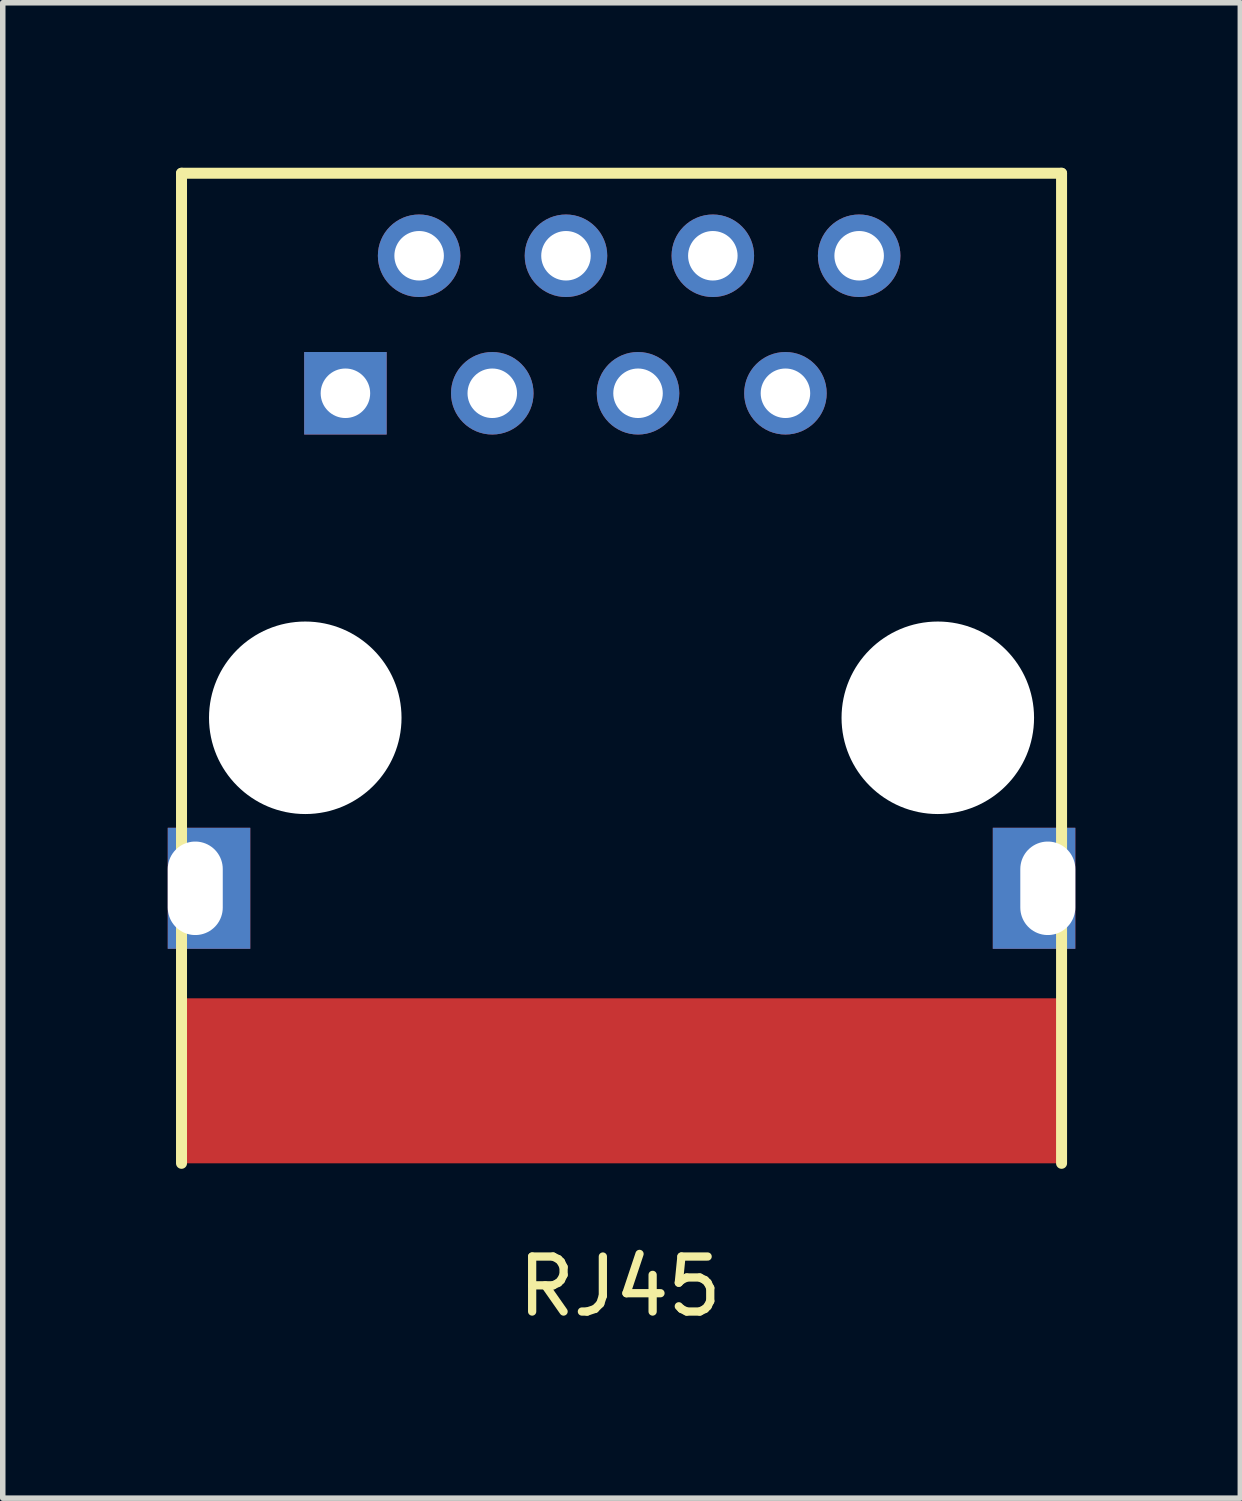
<source format=kicad_pcb>
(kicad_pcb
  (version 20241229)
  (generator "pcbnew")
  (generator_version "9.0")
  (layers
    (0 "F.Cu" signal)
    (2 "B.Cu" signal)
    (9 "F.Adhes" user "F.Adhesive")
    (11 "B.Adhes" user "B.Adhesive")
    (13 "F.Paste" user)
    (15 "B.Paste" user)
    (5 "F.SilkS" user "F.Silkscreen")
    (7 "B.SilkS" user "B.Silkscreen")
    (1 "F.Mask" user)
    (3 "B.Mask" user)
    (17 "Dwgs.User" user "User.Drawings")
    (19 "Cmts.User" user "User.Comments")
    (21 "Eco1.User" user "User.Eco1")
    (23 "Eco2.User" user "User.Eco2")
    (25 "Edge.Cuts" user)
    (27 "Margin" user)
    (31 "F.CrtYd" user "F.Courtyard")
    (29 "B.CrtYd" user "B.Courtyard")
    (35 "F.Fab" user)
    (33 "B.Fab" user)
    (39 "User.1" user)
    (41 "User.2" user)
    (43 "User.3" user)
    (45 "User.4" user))
  (footprint "RJ45"
    (layer "F.Cu")
    (at 8.25 9.1)
    (property "Reference" "RJ45" (at -0.03 11.24 0) (layer "F.SilkS") (effects (font (size 1 1) (thickness 0.15))))
    (attr through_hole)
    (fp_line (start -8 -9) (end -8 9) (stroke (width 0.2) (type solid)) (layer "F.SilkS"))
    (fp_line (start 8 -9) (end -8 -9) (stroke (width 0.2) (type solid)) (layer "F.SilkS"))
    (fp_line (start 8 9) (end 8 -9) (stroke (width 0.2) (type solid)) (layer "F.SilkS"))
    (pad "" np_thru_hole circle (at -5.75 0.9) (size 3.5 3.5) (drill 3.5) (layers "*.Cu" "*.Mask"))
    (pad "" np_thru_hole circle (at 5.75 0.9) (size 3.5 3.5) (drill 3.5) (layers "*.Cu" "*.Mask"))
    (pad "1" thru_hole rect (at -5.02 -5) (size 1.5 1.5) (drill 0.9) (layers "*.Cu" "*.Mask"))
    (pad "2" thru_hole circle (at -3.68 -7.5) (size 1.5 1.5) (drill 0.9) (layers "*.Cu" "*.Mask"))
    (pad "3" thru_hole circle (at -2.35 -5) (size 1.5 1.5) (drill 0.9) (layers "*.Cu" "*.Mask"))
    (pad "4" thru_hole circle (at -1.01 -7.5) (size 1.5 1.5) (drill 0.9) (layers "*.Cu" "*.Mask"))
    (pad "5" thru_hole circle (at 0.3 -5) (size 1.5 1.5) (drill 0.9) (layers "*.Cu" "*.Mask"))
    (pad "6" thru_hole circle (at 1.66 -7.5) (size 1.5 1.5) (drill 0.9) (layers "*.Cu" "*.Mask"))
    (pad "7" thru_hole circle (at 2.98 -5) (size 1.5 1.5) (drill 0.9) (layers "*.Cu" "*.Mask"))
    (pad "8" thru_hole circle (at 4.32 -7.5) (size 1.5 1.5) (drill 0.9) (layers "*.Cu" "*.Mask"))
    (pad "9" thru_hole rect (at -7.75 4) (size 1.5 2.2) (drill oval 1 1.7 (offset 0.25 0)) (layers "*.Cu" "*.Mask"))
    (pad "9" smd rect (at 0 7.5) (size 16 3) (layers "F.Cu" "F.Mask" "F.Paste"))
    (pad "9" thru_hole rect (at 7.75 4) (size 1.5 2.2) (drill oval 1 1.7 (offset -0.25 0)) (layers "*.Cu" "*.Mask")))
  (gr_rect
    (start -3 -3)
    (end 19.5 24.188)
    (stroke (width 0.1) (type default))
    (fill no)
    (layer "Edge.Cuts")))
</source>
